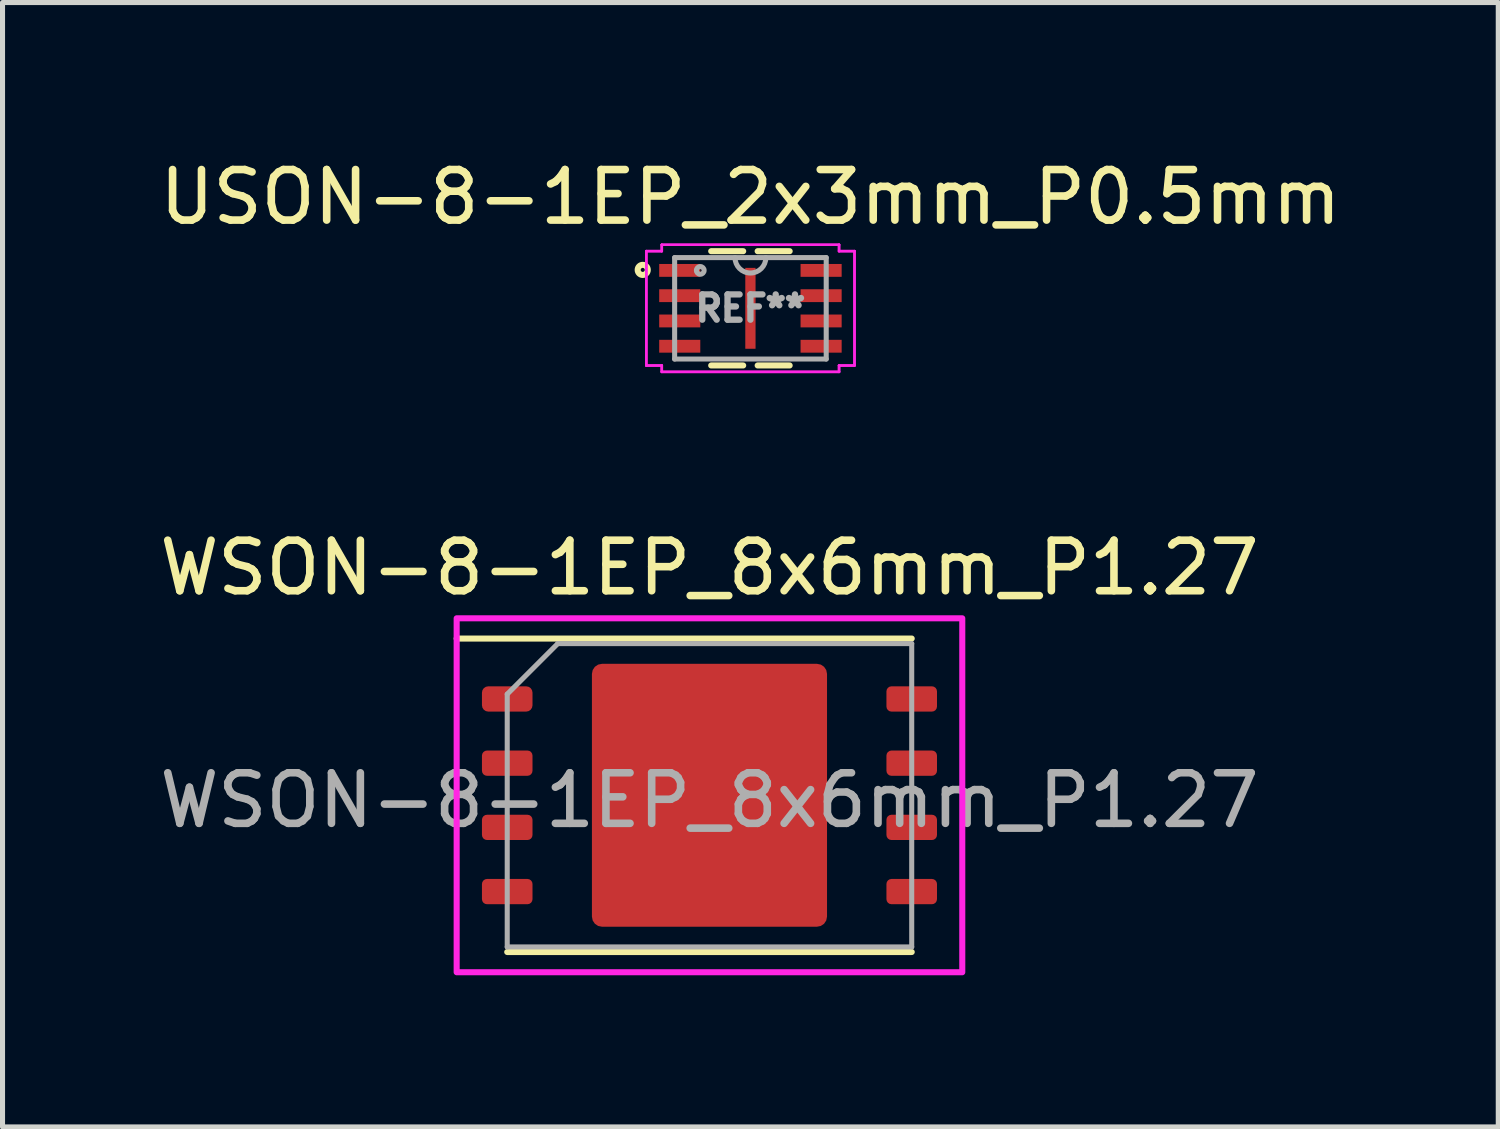
<source format=kicad_pcb>
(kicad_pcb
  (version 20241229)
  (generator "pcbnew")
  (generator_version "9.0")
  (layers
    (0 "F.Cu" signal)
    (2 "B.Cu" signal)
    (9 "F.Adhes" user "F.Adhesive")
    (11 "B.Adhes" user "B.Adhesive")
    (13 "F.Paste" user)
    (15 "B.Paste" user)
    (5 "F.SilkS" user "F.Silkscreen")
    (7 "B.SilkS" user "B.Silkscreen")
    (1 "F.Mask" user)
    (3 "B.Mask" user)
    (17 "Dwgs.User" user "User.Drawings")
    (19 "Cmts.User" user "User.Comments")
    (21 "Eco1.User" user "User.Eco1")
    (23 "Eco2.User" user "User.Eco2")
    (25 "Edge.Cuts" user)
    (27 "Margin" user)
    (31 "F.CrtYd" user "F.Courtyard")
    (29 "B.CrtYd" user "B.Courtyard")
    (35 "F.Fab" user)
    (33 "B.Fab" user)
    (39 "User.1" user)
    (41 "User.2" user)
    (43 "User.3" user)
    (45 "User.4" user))
  (footprint "WSON-8-1EP_8x6mm_P1.27"
    (layer "F.Cu")
    (at 10.982 12.679)
    (property "Reference" "WSON-8-1EP_8x6mm_P1.27" (at 0 -4.5 0) (unlocked yes) (layer "F.SilkS") (effects (font (size 1 1) (thickness 0.15))))
    (attr smd)
    (fp_line (start -5 -3.1) (end 4 -3.1) (stroke (width 0.12) (type solid)) (layer "F.SilkS"))
    (fp_line (start -4 3.1) (end 4 3.1) (stroke (width 0.12) (type solid)) (layer "F.SilkS"))
    (fp_rect (start -5 -3.5) (end 5 3.5) (stroke (width 0.12) (type solid)) (fill no) (layer "F.CrtYd"))
    (fp_line (start -4 -2) (end -3 -3) (stroke (width 0.1) (type solid)) (layer "F.Fab"))
    (fp_line (start -4 3) (end -4 -2) (stroke (width 0.1) (type solid)) (layer "F.Fab"))
    (fp_line (start -3 -3) (end 4 -3) (stroke (width 0.1) (type solid)) (layer "F.Fab"))
    (fp_line (start 4 -3) (end 4 3) (stroke (width 0.1) (type solid)) (layer "F.Fab"))
    (fp_line (start 4 3) (end -4 3) (stroke (width 0.1) (type solid)) (layer "F.Fab"))
    (fp_text user "${REFERENCE}" (at 0 0.1 0) (unlocked yes) (layer "F.Fab") (effects (font (size 1 1) (thickness 0.15))))
    (pad "1" smd roundrect (at -4 -1.905) (size 1 0.5) (layers "F.Cu" "F.Mask" "F.Paste") (roundrect_rratio 0.25))
    (pad "2" smd roundrect (at -4 -0.635) (size 1 0.5) (layers "F.Cu" "F.Mask" "F.Paste") (roundrect_rratio 0.2))
    (pad "3" smd roundrect (at -4 0.635) (size 1 0.5) (layers "F.Cu" "F.Mask" "F.Paste") (roundrect_rratio 0.2))
    (pad "4" smd roundrect (at -4 1.905) (size 1 0.5) (layers "F.Cu" "F.Mask" "F.Paste") (roundrect_rratio 0.2))
    (pad "5" smd roundrect (at 4 1.905) (size 1 0.5) (layers "F.Cu" "F.Mask" "F.Paste") (roundrect_rratio 0.2))
    (pad "6" smd roundrect (at 4 0.635) (size 1 0.5) (layers "F.Cu" "F.Mask" "F.Paste") (roundrect_rratio 0.2))
    (pad "7" smd roundrect (at 4 -0.635) (size 1 0.5) (layers "F.Cu" "F.Mask" "F.Paste") (roundrect_rratio 0.2))
    (pad "8" smd roundrect (at 4 -1.905) (size 1 0.5) (layers "F.Cu" "F.Mask" "F.Paste") (roundrect_rratio 0.2))
    (pad "9" smd roundrect (at 0 0) (size 4.65 5.2) (layers "F.Cu" "F.Mask" "F.Paste") (roundrect_rratio 0.043)))
  (footprint "USON-8-1EP_2x3mm_P0.5mm"
    (layer "F.Cu")
    (at 11.792 3.048)
    (property "Reference" "USON-8-1EP_2x3mm_P0.5mm" (at 0 -2.2 0) (layer "F.SilkS") (effects (font (size 1 1) (thickness 0.15))))
    (attr through_hole)
    (fp_line (start -0.776 1.13) (end -0.143 1.13) (stroke (width 0.12) (type solid)) (layer "F.SilkS"))
    (fp_line (start -0.143 -1.13) (end -0.776 -1.13) (stroke (width 0.12) (type solid)) (layer "F.SilkS"))
    (fp_line (start 0.143 1.13) (end 0.776 1.13) (stroke (width 0.12) (type solid)) (layer "F.SilkS"))
    (fp_line (start 0.776 -1.13) (end 0.143 -1.13) (stroke (width 0.12) (type solid)) (layer "F.SilkS"))
    (fp_circle (center -2.13 -0.76) (end -2.03 -0.76) (stroke (width 0.12) (type solid)) (fill no) (layer "F.SilkS"))
    (fp_line (start -2.059 -1.131) (end -1.753 -1.131) (stroke (width 0.05) (type solid)) (layer "F.CrtYd"))
    (fp_line (start -2.059 -1.131) (end -1.753 -1.131) (stroke (width 0.05) (type solid)) (layer "F.CrtYd"))
    (fp_line (start -2.059 1.131) (end -2.059 -1.131) (stroke (width 0.05) (type solid)) (layer "F.CrtYd"))
    (fp_line (start -2.059 1.131) (end -2.059 -1.131) (stroke (width 0.05) (type solid)) (layer "F.CrtYd"))
    (fp_line (start -2.059 1.131) (end -1.753 1.131) (stroke (width 0.05) (type solid)) (layer "F.CrtYd"))
    (fp_line (start -1.753 -1.257) (end 1.753 -1.257) (stroke (width 0.05) (type solid)) (layer "F.CrtYd"))
    (fp_line (start -1.753 -1.257) (end 1.753 -1.257) (stroke (width 0.05) (type solid)) (layer "F.CrtYd"))
    (fp_line (start -1.753 -1.131) (end -1.753 -1.257) (stroke (width 0.05) (type solid)) (layer "F.CrtYd"))
    (fp_line (start -1.753 -1.131) (end -1.753 -1.257) (stroke (width 0.05) (type solid)) (layer "F.CrtYd"))
    (fp_line (start -1.753 1.131) (end -2.059 1.131) (stroke (width 0.05) (type solid)) (layer "F.CrtYd"))
    (fp_line (start -1.753 1.257) (end -1.753 1.131) (stroke (width 0.05) (type solid)) (layer "F.CrtYd"))
    (fp_line (start -1.753 1.257) (end -1.753 1.131) (stroke (width 0.05) (type solid)) (layer "F.CrtYd"))
    (fp_line (start 1.753 -1.257) (end 1.753 -1.131) (stroke (width 0.05) (type solid)) (layer "F.CrtYd"))
    (fp_line (start 1.753 -1.257) (end 1.753 -1.131) (stroke (width 0.05) (type solid)) (layer "F.CrtYd"))
    (fp_line (start 1.753 -1.131) (end 2.059 -1.131) (stroke (width 0.05) (type solid)) (layer "F.CrtYd"))
    (fp_line (start 1.753 1.131) (end 1.753 1.257) (stroke (width 0.05) (type solid)) (layer "F.CrtYd"))
    (fp_line (start 1.753 1.131) (end 1.753 1.257) (stroke (width 0.05) (type solid)) (layer "F.CrtYd"))
    (fp_line (start 1.753 1.257) (end -1.753 1.257) (stroke (width 0.05) (type solid)) (layer "F.CrtYd"))
    (fp_line (start 1.753 1.257) (end -1.753 1.257) (stroke (width 0.05) (type solid)) (layer "F.CrtYd"))
    (fp_line (start 2.059 -1.131) (end 1.753 -1.131) (stroke (width 0.05) (type solid)) (layer "F.CrtYd"))
    (fp_line (start 2.059 -1.131) (end 2.059 1.131) (stroke (width 0.05) (type solid)) (layer "F.CrtYd"))
    (fp_line (start 2.059 -1.131) (end 2.059 1.131) (stroke (width 0.05) (type solid)) (layer "F.CrtYd"))
    (fp_line (start 2.059 1.131) (end 1.753 1.131) (stroke (width 0.05) (type solid)) (layer "F.CrtYd"))
    (fp_line (start 2.059 1.131) (end 1.753 1.131) (stroke (width 0.05) (type solid)) (layer "F.CrtYd"))
    (fp_line (start -1.499 -1.003) (end -1.499 1.003) (stroke (width 0.1) (type solid)) (layer "F.Fab"))
    (fp_line (start -1.499 1.003) (end 1.499 1.003) (stroke (width 0.1) (type solid)) (layer "F.Fab"))
    (fp_line (start 1.499 -1.003) (end -1.499 -1.003) (stroke (width 0.1) (type solid)) (layer "F.Fab"))
    (fp_line (start 1.499 1.003) (end 1.499 -1.003) (stroke (width 0.1) (type solid)) (layer "F.Fab"))
    (fp_arc (start 0.3048 -1.0033) (mid 0 -0.6985) (end -0.3048 -1.0033) (stroke (width 0.1) (type solid)) (layer "F.Fab"))
    (fp_circle (center -0.992 -0.75) (end -0.916 -0.75) (stroke (width 0.1) (type solid)) (fill no) (layer "F.Fab"))
    (fp_text user "REF**" (at 0 0 0) (layer "F.Fab") (effects (font (size 0.5 0.5) (thickness 0.125))))
    (pad "1" smd rect (at -1.398 -0.75) (size 0.813 0.254) (layers "F.Cu" "F.Mask" "F.Paste"))
    (pad "2" smd rect (at -1.398 -0.25) (size 0.813 0.254) (layers "F.Cu" "F.Mask" "F.Paste"))
    (pad "3" smd rect (at -1.398 0.25) (size 0.813 0.254) (layers "F.Cu" "F.Mask" "F.Paste"))
    (pad "4" smd rect (at -1.398 0.75) (size 0.813 0.254) (layers "F.Cu" "F.Mask" "F.Paste"))
    (pad "5" smd rect (at 1.398 0.75) (size 0.813 0.254) (layers "F.Cu" "F.Mask" "F.Paste"))
    (pad "6" smd rect (at 1.398 0.25) (size 0.813 0.254) (layers "F.Cu" "F.Mask" "F.Paste"))
    (pad "7" smd rect (at 1.398 -0.25) (size 0.813 0.254) (layers "F.Cu" "F.Mask" "F.Paste"))
    (pad "8" smd rect (at 1.398 -0.75) (size 0.813 0.254) (layers "F.Cu" "F.Mask" "F.Paste"))
    (pad "9" smd rect (at 0 0) (size 0.203 1.6) (layers "F.Cu" "F.Mask" "F.Paste")))
  (gr_rect
    (start -3 -3)
    (end 26.583 19.239)
    (stroke (width 0.1) (type default))
    (fill no)
    (layer "Edge.Cuts")))
</source>
